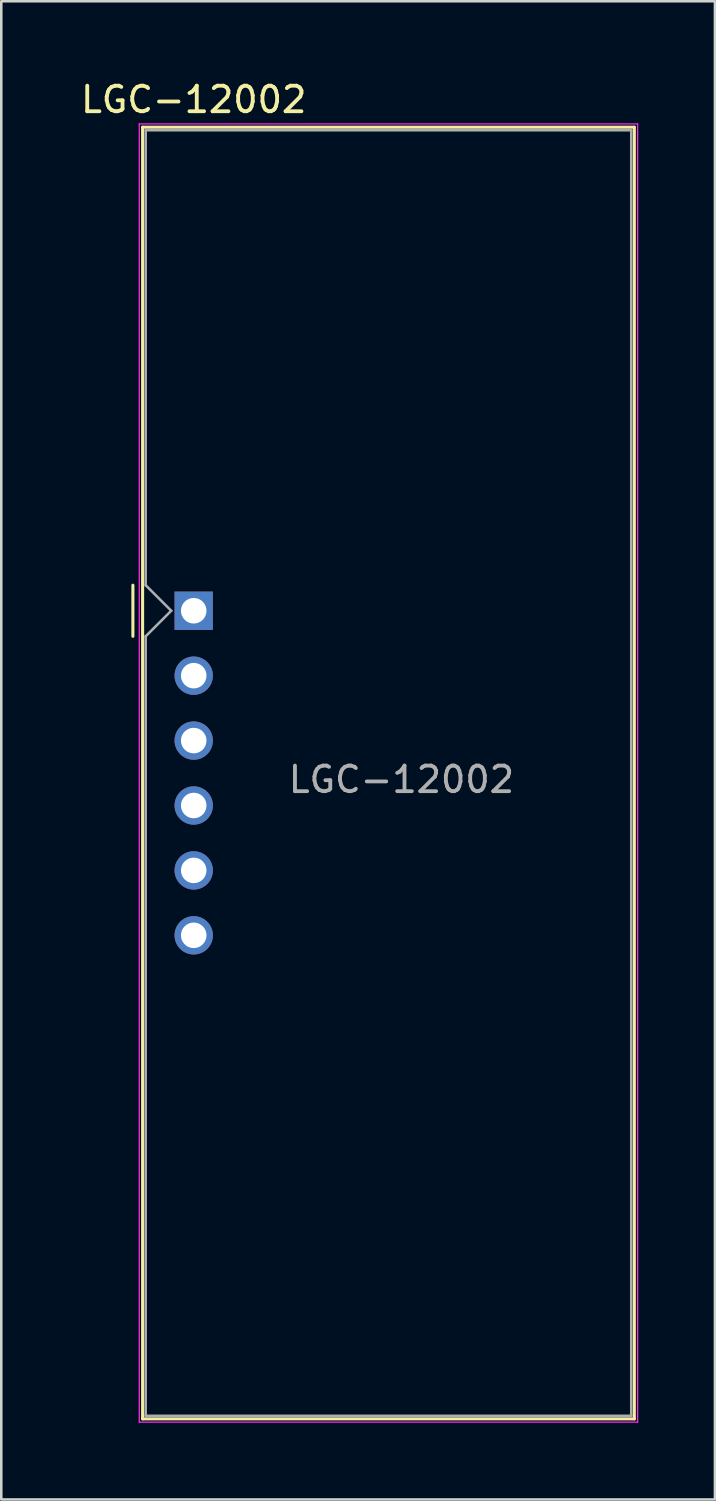
<source format=kicad_pcb>
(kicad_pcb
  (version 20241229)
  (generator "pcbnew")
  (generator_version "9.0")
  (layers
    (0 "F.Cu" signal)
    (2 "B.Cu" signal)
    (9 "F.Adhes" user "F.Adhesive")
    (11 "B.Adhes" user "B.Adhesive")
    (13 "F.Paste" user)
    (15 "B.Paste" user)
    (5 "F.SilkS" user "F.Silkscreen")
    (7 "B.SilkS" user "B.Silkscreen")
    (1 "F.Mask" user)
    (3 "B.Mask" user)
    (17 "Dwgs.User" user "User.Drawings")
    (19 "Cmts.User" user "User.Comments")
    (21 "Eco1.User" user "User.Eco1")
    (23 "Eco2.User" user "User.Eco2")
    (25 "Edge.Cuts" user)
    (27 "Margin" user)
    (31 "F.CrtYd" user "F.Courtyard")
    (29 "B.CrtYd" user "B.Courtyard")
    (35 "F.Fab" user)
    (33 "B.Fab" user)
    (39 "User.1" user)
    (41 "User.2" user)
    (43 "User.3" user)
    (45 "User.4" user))
  (footprint "LGC-12002"
    (layer "F.Cu")
    (at 4.53 20.848)
    (property "Reference" "LGC-12002" (at 0 -20 0) (layer "F.SilkS") (effects (font (size 1 1) (thickness 0.15))))
    (attr through_hole)
    (fp_line (start -2.38 -1) (end -2.38 1) (stroke (width 0.12) (type solid)) (layer "F.SilkS"))
    (fp_line (start -2 -18.92) (end -2 31.62) (stroke (width 0.12) (type solid)) (layer "F.SilkS"))
    (fp_line (start -2 -18.92) (end 17.24 -18.92) (stroke (width 0.12) (type solid)) (layer "F.SilkS"))
    (fp_line (start -2 31.62) (end 17.24 31.62) (stroke (width 0.12) (type solid)) (layer "F.SilkS"))
    (fp_line (start 17.24 31.62) (end 17.24 -18.92) (stroke (width 0.12) (type solid)) (layer "F.SilkS"))
    (fp_line (start -2.13 -19.05) (end 17.37 -19.05) (stroke (width 0.05) (type solid)) (layer "F.CrtYd"))
    (fp_line (start -2.13 31.75) (end -2.13 -19.05) (stroke (width 0.05) (type solid)) (layer "F.CrtYd"))
    (fp_line (start 17.37 -19.05) (end 17.37 31.75) (stroke (width 0.05) (type solid)) (layer "F.CrtYd"))
    (fp_line (start 17.37 31.75) (end -2.13 31.75) (stroke (width 0.05) (type solid)) (layer "F.CrtYd"))
    (fp_line (start -1.88 -18.8) (end 17.12 -18.8) (stroke (width 0.1) (type solid)) (layer "F.Fab"))
    (fp_line (start -1.88 -1) (end -1.88 -18.8) (stroke (width 0.1) (type solid)) (layer "F.Fab"))
    (fp_line (start -1.88 1) (end -1.88 31.5) (stroke (width 0.1) (type solid)) (layer "F.Fab"))
    (fp_line (start -1.88 1) (end -0.88 0) (stroke (width 0.1) (type solid)) (layer "F.Fab"))
    (fp_line (start -1.88 31.5) (end 17.12 31.5) (stroke (width 0.1) (type solid)) (layer "F.Fab"))
    (fp_line (start -0.88 0) (end -1.88 -1) (stroke (width 0.1) (type solid)) (layer "F.Fab"))
    (fp_line (start 17.12 -18.8) (end 17.12 31.5) (stroke (width 0.1) (type solid)) (layer "F.Fab"))
    (fp_text user "${REFERENCE}" (at 8.128 6.604 0) (layer "F.Fab") (effects (font (size 1 1) (thickness 0.15))))
    (pad "1" thru_hole rect (at 0 0) (size 1.5 1.5) (drill 1) (layers "*.Cu" "*.Mask"))
    (pad "2" thru_hole circle (at 0 2.54) (size 1.5 1.5) (drill 1) (layers "*.Cu" "*.Mask"))
    (pad "3" thru_hole circle (at 0 5.08) (size 1.5 1.5) (drill 1) (layers "*.Cu" "*.Mask"))
    (pad "4" thru_hole circle (at 0 7.62) (size 1.5 1.5) (drill 1) (layers "*.Cu" "*.Mask"))
    (pad "5" thru_hole circle (at 0 10.16) (size 1.5 1.5) (drill 1) (layers "*.Cu" "*.Mask"))
    (pad "6" thru_hole circle (at 0 12.7) (size 1.5 1.5) (drill 1) (layers "*.Cu" "*.Mask")))
  (gr_rect
    (start -3 -3)
    (end 24.925 55.623)
    (stroke (width 0.1) (type default))
    (fill no)
    (layer "Edge.Cuts")))
</source>
